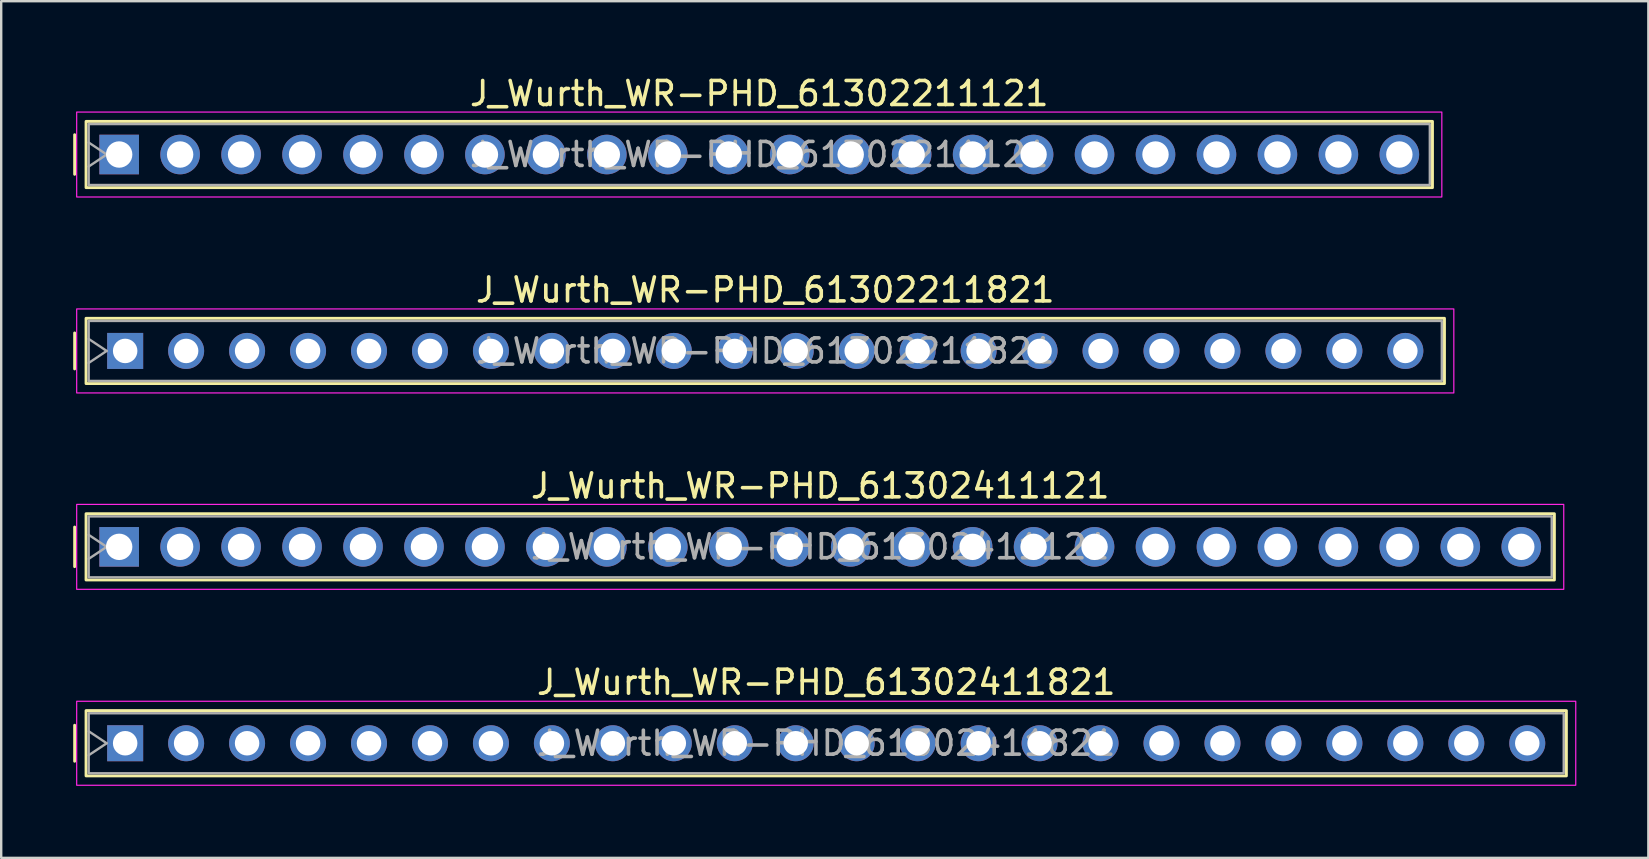
<source format=kicad_pcb>
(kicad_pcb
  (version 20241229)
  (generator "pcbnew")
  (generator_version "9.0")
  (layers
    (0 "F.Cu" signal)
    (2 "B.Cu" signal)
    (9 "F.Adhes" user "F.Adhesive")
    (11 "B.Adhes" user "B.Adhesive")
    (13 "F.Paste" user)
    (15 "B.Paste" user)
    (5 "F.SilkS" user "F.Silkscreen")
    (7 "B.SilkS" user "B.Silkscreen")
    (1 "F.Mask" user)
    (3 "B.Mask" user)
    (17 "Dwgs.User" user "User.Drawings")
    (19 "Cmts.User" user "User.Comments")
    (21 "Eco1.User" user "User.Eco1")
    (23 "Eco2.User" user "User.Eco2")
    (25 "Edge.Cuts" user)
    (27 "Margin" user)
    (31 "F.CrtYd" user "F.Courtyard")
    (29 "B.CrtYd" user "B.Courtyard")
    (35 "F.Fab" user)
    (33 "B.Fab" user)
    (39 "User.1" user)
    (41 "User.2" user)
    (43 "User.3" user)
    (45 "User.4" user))
  (footprint "J_Wurth_WR-PHD_61302411121"
    (layer "F.Cu")
    (at 1.915 19.735)
    (property "Reference" "J_Wurth_WR-PHD_61302411121" (at 29.21 -2.54 0) (unlocked yes) (layer "F.SilkS") (effects (font (size 1 1) (thickness 0.15))))
    (attr through_hole)
    (fp_line (start -1.855 -0.825) (end -1.855 0.825) (stroke (width 0.12) (type solid)) (layer "F.SilkS"))
    (fp_rect (start -1.38 -1.38) (end 59.8 1.38) (stroke (width 0.12) (type solid)) (fill no) (layer "F.SilkS"))
    (fp_rect (start -1.77 -1.77) (end 60.19 1.77) (stroke (width 0.05) (type solid)) (fill no) (layer "F.CrtYd"))
    (fp_line (start -1.27 -0.5) (end -0.52 0) (stroke (width 0.1) (type solid)) (layer "F.Fab"))
    (fp_line (start -0.52 0) (end -1.27 0.5) (stroke (width 0.1) (type solid)) (layer "F.Fab"))
    (fp_rect (start -1.27 -1.27) (end 59.69 1.27) (stroke (width 0.1) (type solid)) (fill no) (layer "F.Fab"))
    (fp_text user "${REFERENCE}" (at 29.21 0 0) (unlocked yes) (layer "F.Fab") (effects (font (size 1 1) (thickness 0.15))))
    (pad "1" thru_hole rect (at 0 0) (size 1.65 1.65) (drill 1.1) (layers "*.Cu" "*.Mask"))
    (pad "2" thru_hole circle (at 2.54 0) (size 1.65 1.65) (drill 1.1) (layers "*.Cu" "*.Mask"))
    (pad "3" thru_hole circle (at 5.08 0) (size 1.65 1.65) (drill 1.1) (layers "*.Cu" "*.Mask"))
    (pad "4" thru_hole circle (at 7.62 0) (size 1.65 1.65) (drill 1.1) (layers "*.Cu" "*.Mask"))
    (pad "5" thru_hole circle (at 10.16 0) (size 1.65 1.65) (drill 1.1) (layers "*.Cu" "*.Mask"))
    (pad "6" thru_hole circle (at 12.7 0) (size 1.65 1.65) (drill 1.1) (layers "*.Cu" "*.Mask"))
    (pad "7" thru_hole circle (at 15.24 0) (size 1.65 1.65) (drill 1.1) (layers "*.Cu" "*.Mask"))
    (pad "8" thru_hole circle (at 17.78 0) (size 1.65 1.65) (drill 1.1) (layers "*.Cu" "*.Mask"))
    (pad "9" thru_hole circle (at 20.32 0) (size 1.65 1.65) (drill 1.1) (layers "*.Cu" "*.Mask"))
    (pad "10" thru_hole circle (at 22.86 0) (size 1.65 1.65) (drill 1.1) (layers "*.Cu" "*.Mask"))
    (pad "11" thru_hole circle (at 25.4 0) (size 1.65 1.65) (drill 1.1) (layers "*.Cu" "*.Mask"))
    (pad "12" thru_hole circle (at 27.94 0) (size 1.65 1.65) (drill 1.1) (layers "*.Cu" "*.Mask"))
    (pad "13" thru_hole circle (at 30.48 0) (size 1.65 1.65) (drill 1.1) (layers "*.Cu" "*.Mask"))
    (pad "14" thru_hole circle (at 33.02 0) (size 1.65 1.65) (drill 1.1) (layers "*.Cu" "*.Mask"))
    (pad "15" thru_hole circle (at 35.56 0) (size 1.65 1.65) (drill 1.1) (layers "*.Cu" "*.Mask"))
    (pad "16" thru_hole circle (at 38.1 0) (size 1.65 1.65) (drill 1.1) (layers "*.Cu" "*.Mask"))
    (pad "17" thru_hole circle (at 40.64 0) (size 1.65 1.65) (drill 1.1) (layers "*.Cu" "*.Mask"))
    (pad "18" thru_hole circle (at 43.18 0) (size 1.65 1.65) (drill 1.1) (layers "*.Cu" "*.Mask"))
    (pad "19" thru_hole circle (at 45.72 0) (size 1.65 1.65) (drill 1.1) (layers "*.Cu" "*.Mask"))
    (pad "20" thru_hole circle (at 48.26 0) (size 1.65 1.65) (drill 1.1) (layers "*.Cu" "*.Mask"))
    (pad "21" thru_hole circle (at 50.8 0) (size 1.65 1.65) (drill 1.1) (layers "*.Cu" "*.Mask"))
    (pad "22" thru_hole circle (at 53.34 0) (size 1.65 1.65) (drill 1.1) (layers "*.Cu" "*.Mask"))
    (pad "23" thru_hole circle (at 55.88 0) (size 1.65 1.65) (drill 1.1) (layers "*.Cu" "*.Mask"))
    (pad "24" thru_hole circle (at 58.42 0) (size 1.65 1.65) (drill 1.1) (layers "*.Cu" "*.Mask")))
  (footprint "J_Wurth_WR-PHD_61302211121"
    (layer "F.Cu")
    (at 1.915 3.388)
    (property "Reference" "J_Wurth_WR-PHD_61302211121" (at 26.67 -2.54 0) (unlocked yes) (layer "F.SilkS") (effects (font (size 1 1) (thickness 0.15))))
    (attr through_hole)
    (fp_line (start -1.855 -0.825) (end -1.855 0.825) (stroke (width 0.12) (type solid)) (layer "F.SilkS"))
    (fp_rect (start -1.38 -1.38) (end 54.72 1.38) (stroke (width 0.12) (type solid)) (fill no) (layer "F.SilkS"))
    (fp_rect (start -1.77 -1.77) (end 55.11 1.77) (stroke (width 0.05) (type solid)) (fill no) (layer "F.CrtYd"))
    (fp_line (start -1.27 -0.5) (end -0.52 0) (stroke (width 0.1) (type solid)) (layer "F.Fab"))
    (fp_line (start -0.52 0) (end -1.27 0.5) (stroke (width 0.1) (type solid)) (layer "F.Fab"))
    (fp_rect (start -1.27 -1.27) (end 54.61 1.27) (stroke (width 0.1) (type solid)) (fill no) (layer "F.Fab"))
    (fp_text user "${REFERENCE}" (at 26.67 0 0) (unlocked yes) (layer "F.Fab") (effects (font (size 1 1) (thickness 0.15))))
    (pad "1" thru_hole rect (at 0 0) (size 1.65 1.65) (drill 1.1) (layers "*.Cu" "*.Mask"))
    (pad "2" thru_hole circle (at 2.54 0) (size 1.65 1.65) (drill 1.1) (layers "*.Cu" "*.Mask"))
    (pad "3" thru_hole circle (at 5.08 0) (size 1.65 1.65) (drill 1.1) (layers "*.Cu" "*.Mask"))
    (pad "4" thru_hole circle (at 7.62 0) (size 1.65 1.65) (drill 1.1) (layers "*.Cu" "*.Mask"))
    (pad "5" thru_hole circle (at 10.16 0) (size 1.65 1.65) (drill 1.1) (layers "*.Cu" "*.Mask"))
    (pad "6" thru_hole circle (at 12.7 0) (size 1.65 1.65) (drill 1.1) (layers "*.Cu" "*.Mask"))
    (pad "7" thru_hole circle (at 15.24 0) (size 1.65 1.65) (drill 1.1) (layers "*.Cu" "*.Mask"))
    (pad "8" thru_hole circle (at 17.78 0) (size 1.65 1.65) (drill 1.1) (layers "*.Cu" "*.Mask"))
    (pad "9" thru_hole circle (at 20.32 0) (size 1.65 1.65) (drill 1.1) (layers "*.Cu" "*.Mask"))
    (pad "10" thru_hole circle (at 22.86 0) (size 1.65 1.65) (drill 1.1) (layers "*.Cu" "*.Mask"))
    (pad "11" thru_hole circle (at 25.4 0) (size 1.65 1.65) (drill 1.1) (layers "*.Cu" "*.Mask"))
    (pad "12" thru_hole circle (at 27.94 0) (size 1.65 1.65) (drill 1.1) (layers "*.Cu" "*.Mask"))
    (pad "13" thru_hole circle (at 30.48 0) (size 1.65 1.65) (drill 1.1) (layers "*.Cu" "*.Mask"))
    (pad "14" thru_hole circle (at 33.02 0) (size 1.65 1.65) (drill 1.1) (layers "*.Cu" "*.Mask"))
    (pad "15" thru_hole circle (at 35.56 0) (size 1.65 1.65) (drill 1.1) (layers "*.Cu" "*.Mask"))
    (pad "16" thru_hole circle (at 38.1 0) (size 1.65 1.65) (drill 1.1) (layers "*.Cu" "*.Mask"))
    (pad "17" thru_hole circle (at 40.64 0) (size 1.65 1.65) (drill 1.1) (layers "*.Cu" "*.Mask"))
    (pad "18" thru_hole circle (at 43.18 0) (size 1.65 1.65) (drill 1.1) (layers "*.Cu" "*.Mask"))
    (pad "19" thru_hole circle (at 45.72 0) (size 1.65 1.65) (drill 1.1) (layers "*.Cu" "*.Mask"))
    (pad "20" thru_hole circle (at 48.26 0) (size 1.65 1.65) (drill 1.1) (layers "*.Cu" "*.Mask"))
    (pad "21" thru_hole circle (at 50.8 0) (size 1.65 1.65) (drill 1.1) (layers "*.Cu" "*.Mask"))
    (pad "22" thru_hole circle (at 53.34 0) (size 1.65 1.65) (drill 1.1) (layers "*.Cu" "*.Mask")))
  (footprint "J_Wurth_WR-PHD_61302211821"
    (layer "F.Cu")
    (at 2.165 11.572)
    (property "Reference" "J_Wurth_WR-PHD_61302211821" (at 26.67 -2.54 0) (unlocked yes) (layer "F.SilkS") (effects (font (size 1 1) (thickness 0.15))))
    (attr through_hole)
    (fp_line (start -2.105 -0.75) (end -2.105 0.75) (stroke (width 0.12) (type solid)) (layer "F.SilkS"))
    (fp_rect (start -1.63 -1.36) (end 54.97 1.36) (stroke (width 0.12) (type solid)) (fill no) (layer "F.SilkS"))
    (fp_rect (start -2.02 -1.75) (end 55.36 1.75) (stroke (width 0.05) (type solid)) (fill no) (layer "F.CrtYd"))
    (fp_line (start -1.52 -0.5) (end -0.77 0) (stroke (width 0.1) (type solid)) (layer "F.Fab"))
    (fp_line (start -0.77 0) (end -1.52 0.5) (stroke (width 0.1) (type solid)) (layer "F.Fab"))
    (fp_rect (start -1.52 -1.25) (end 54.86 1.25) (stroke (width 0.1) (type solid)) (fill no) (layer "F.Fab"))
    (fp_text user "${REFERENCE}" (at 26.67 0 0) (unlocked yes) (layer "F.Fab") (effects (font (size 1 1) (thickness 0.15))))
    (pad "1" thru_hole rect (at 0 0) (size 1.5 1.5) (drill 1.02) (layers "*.Cu" "*.Mask"))
    (pad "2" thru_hole circle (at 2.54 0) (size 1.5 1.5) (drill 1.02) (layers "*.Cu" "*.Mask"))
    (pad "3" thru_hole circle (at 5.08 0) (size 1.5 1.5) (drill 1.02) (layers "*.Cu" "*.Mask"))
    (pad "4" thru_hole circle (at 7.62 0) (size 1.5 1.5) (drill 1.02) (layers "*.Cu" "*.Mask"))
    (pad "5" thru_hole circle (at 10.16 0) (size 1.5 1.5) (drill 1.02) (layers "*.Cu" "*.Mask"))
    (pad "6" thru_hole circle (at 12.7 0) (size 1.5 1.5) (drill 1.02) (layers "*.Cu" "*.Mask"))
    (pad "7" thru_hole circle (at 15.24 0) (size 1.5 1.5) (drill 1.02) (layers "*.Cu" "*.Mask"))
    (pad "8" thru_hole circle (at 17.78 0) (size 1.5 1.5) (drill 1.02) (layers "*.Cu" "*.Mask"))
    (pad "9" thru_hole circle (at 20.32 0) (size 1.5 1.5) (drill 1.02) (layers "*.Cu" "*.Mask"))
    (pad "10" thru_hole circle (at 22.86 0) (size 1.5 1.5) (drill 1.02) (layers "*.Cu" "*.Mask"))
    (pad "11" thru_hole circle (at 25.4 0) (size 1.5 1.5) (drill 1.02) (layers "*.Cu" "*.Mask"))
    (pad "12" thru_hole circle (at 27.94 0) (size 1.5 1.5) (drill 1.02) (layers "*.Cu" "*.Mask"))
    (pad "13" thru_hole circle (at 30.48 0) (size 1.5 1.5) (drill 1.02) (layers "*.Cu" "*.Mask"))
    (pad "14" thru_hole circle (at 33.02 0) (size 1.5 1.5) (drill 1.02) (layers "*.Cu" "*.Mask"))
    (pad "15" thru_hole circle (at 35.56 0) (size 1.5 1.5) (drill 1.02) (layers "*.Cu" "*.Mask"))
    (pad "16" thru_hole circle (at 38.1 0) (size 1.5 1.5) (drill 1.02) (layers "*.Cu" "*.Mask"))
    (pad "17" thru_hole circle (at 40.64 0) (size 1.5 1.5) (drill 1.02) (layers "*.Cu" "*.Mask"))
    (pad "18" thru_hole circle (at 43.18 0) (size 1.5 1.5) (drill 1.02) (layers "*.Cu" "*.Mask"))
    (pad "19" thru_hole circle (at 45.72 0) (size 1.5 1.5) (drill 1.02) (layers "*.Cu" "*.Mask"))
    (pad "20" thru_hole circle (at 48.26 0) (size 1.5 1.5) (drill 1.02) (layers "*.Cu" "*.Mask"))
    (pad "21" thru_hole circle (at 50.8 0) (size 1.5 1.5) (drill 1.02) (layers "*.Cu" "*.Mask"))
    (pad "22" thru_hole circle (at 53.34 0) (size 1.5 1.5) (drill 1.02) (layers "*.Cu" "*.Mask")))
  (footprint "J_Wurth_WR-PHD_61302411821"
    (layer "F.Cu")
    (at 2.165 27.918)
    (property "Reference" "J_Wurth_WR-PHD_61302411821" (at 29.21 -2.54 0) (unlocked yes) (layer "F.SilkS") (effects (font (size 1 1) (thickness 0.15))))
    (attr through_hole)
    (fp_line (start -2.105 -0.75) (end -2.105 0.75) (stroke (width 0.12) (type solid)) (layer "F.SilkS"))
    (fp_rect (start -1.63 -1.36) (end 60.05 1.36) (stroke (width 0.12) (type solid)) (fill no) (layer "F.SilkS"))
    (fp_rect (start -2.02 -1.75) (end 60.44 1.75) (stroke (width 0.05) (type solid)) (fill no) (layer "F.CrtYd"))
    (fp_line (start -1.52 -0.5) (end -0.77 0) (stroke (width 0.1) (type solid)) (layer "F.Fab"))
    (fp_line (start -0.77 0) (end -1.52 0.5) (stroke (width 0.1) (type solid)) (layer "F.Fab"))
    (fp_rect (start -1.52 -1.25) (end 59.94 1.25) (stroke (width 0.1) (type solid)) (fill no) (layer "F.Fab"))
    (fp_text user "${REFERENCE}" (at 29.21 0 0) (unlocked yes) (layer "F.Fab") (effects (font (size 1 1) (thickness 0.15))))
    (pad "1" thru_hole rect (at 0 0) (size 1.5 1.5) (drill 1.02) (layers "*.Cu" "*.Mask"))
    (pad "2" thru_hole circle (at 2.54 0) (size 1.5 1.5) (drill 1.02) (layers "*.Cu" "*.Mask"))
    (pad "3" thru_hole circle (at 5.08 0) (size 1.5 1.5) (drill 1.02) (layers "*.Cu" "*.Mask"))
    (pad "4" thru_hole circle (at 7.62 0) (size 1.5 1.5) (drill 1.02) (layers "*.Cu" "*.Mask"))
    (pad "5" thru_hole circle (at 10.16 0) (size 1.5 1.5) (drill 1.02) (layers "*.Cu" "*.Mask"))
    (pad "6" thru_hole circle (at 12.7 0) (size 1.5 1.5) (drill 1.02) (layers "*.Cu" "*.Mask"))
    (pad "7" thru_hole circle (at 15.24 0) (size 1.5 1.5) (drill 1.02) (layers "*.Cu" "*.Mask"))
    (pad "8" thru_hole circle (at 17.78 0) (size 1.5 1.5) (drill 1.02) (layers "*.Cu" "*.Mask"))
    (pad "9" thru_hole circle (at 20.32 0) (size 1.5 1.5) (drill 1.02) (layers "*.Cu" "*.Mask"))
    (pad "10" thru_hole circle (at 22.86 0) (size 1.5 1.5) (drill 1.02) (layers "*.Cu" "*.Mask"))
    (pad "11" thru_hole circle (at 25.4 0) (size 1.5 1.5) (drill 1.02) (layers "*.Cu" "*.Mask"))
    (pad "12" thru_hole circle (at 27.94 0) (size 1.5 1.5) (drill 1.02) (layers "*.Cu" "*.Mask"))
    (pad "13" thru_hole circle (at 30.48 0) (size 1.5 1.5) (drill 1.02) (layers "*.Cu" "*.Mask"))
    (pad "14" thru_hole circle (at 33.02 0) (size 1.5 1.5) (drill 1.02) (layers "*.Cu" "*.Mask"))
    (pad "15" thru_hole circle (at 35.56 0) (size 1.5 1.5) (drill 1.02) (layers "*.Cu" "*.Mask"))
    (pad "16" thru_hole circle (at 38.1 0) (size 1.5 1.5) (drill 1.02) (layers "*.Cu" "*.Mask"))
    (pad "17" thru_hole circle (at 40.64 0) (size 1.5 1.5) (drill 1.02) (layers "*.Cu" "*.Mask"))
    (pad "18" thru_hole circle (at 43.18 0) (size 1.5 1.5) (drill 1.02) (layers "*.Cu" "*.Mask"))
    (pad "19" thru_hole circle (at 45.72 0) (size 1.5 1.5) (drill 1.02) (layers "*.Cu" "*.Mask"))
    (pad "20" thru_hole circle (at 48.26 0) (size 1.5 1.5) (drill 1.02) (layers "*.Cu" "*.Mask"))
    (pad "21" thru_hole circle (at 50.8 0) (size 1.5 1.5) (drill 1.02) (layers "*.Cu" "*.Mask"))
    (pad "22" thru_hole circle (at 53.34 0) (size 1.5 1.5) (drill 1.02) (layers "*.Cu" "*.Mask"))
    (pad "23" thru_hole circle (at 55.88 0) (size 1.5 1.5) (drill 1.02) (layers "*.Cu" "*.Mask"))
    (pad "24" thru_hole circle (at 58.42 0) (size 1.5 1.5) (drill 1.02) (layers "*.Cu" "*.Mask")))
  (gr_rect
    (start -3 -3)
    (end 65.63 32.693)
    (stroke (width 0.1) (type default))
    (fill no)
    (layer "Edge.Cuts")))
</source>
